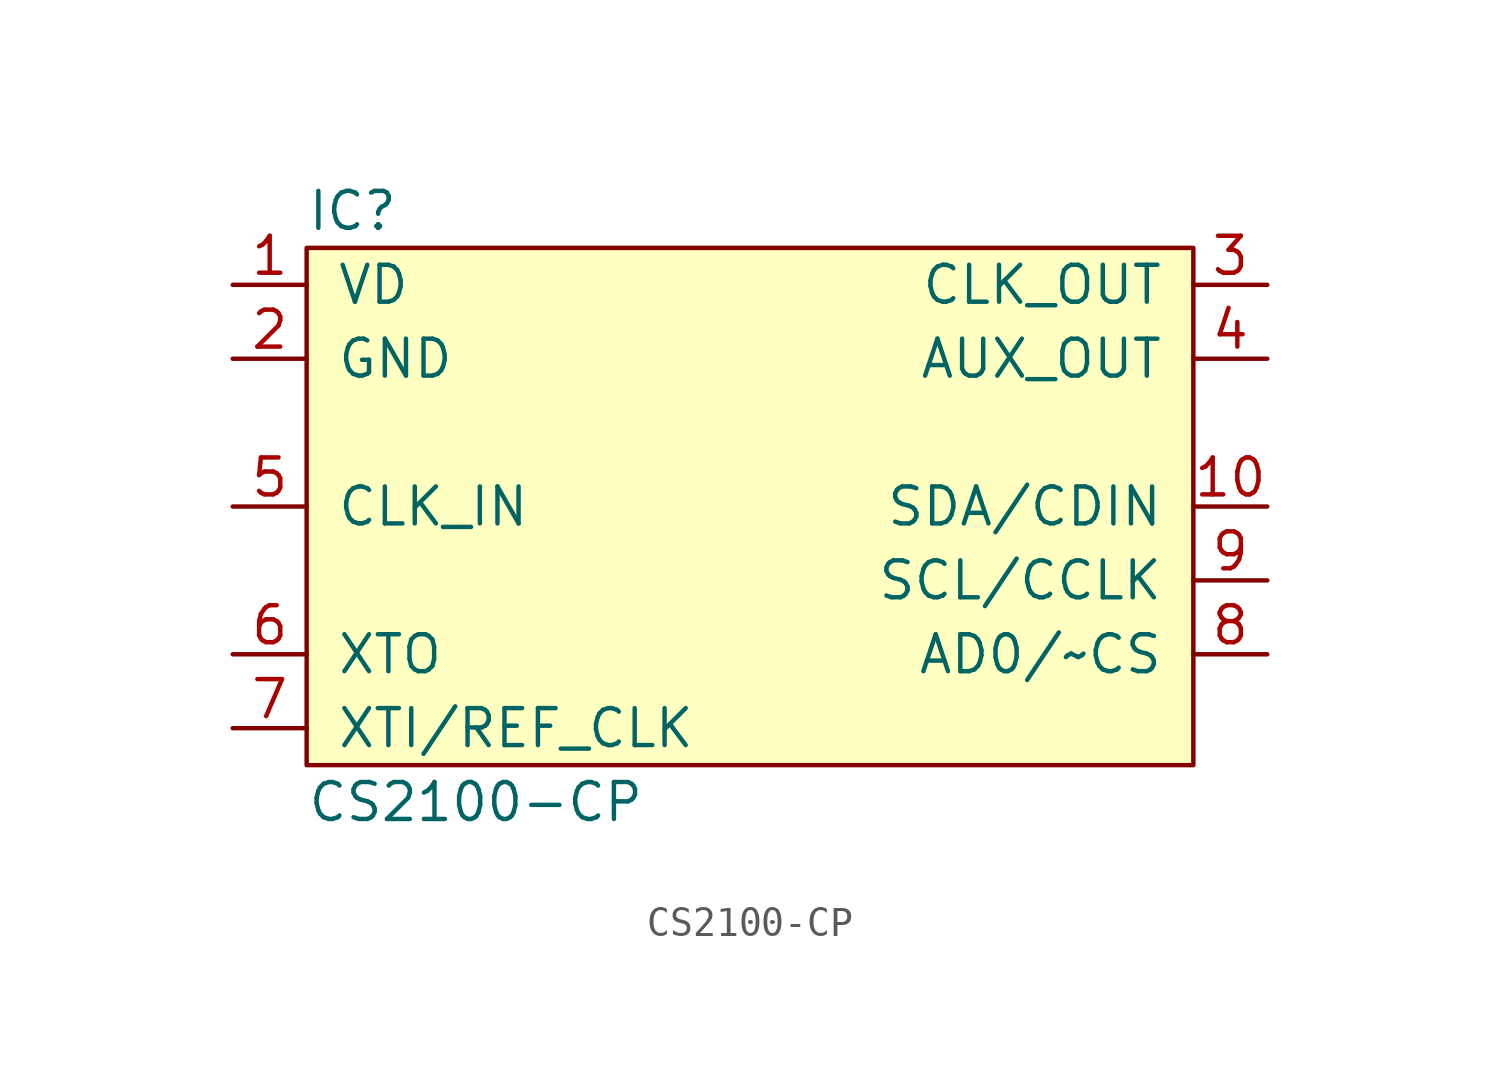
<source format=kicad_sym>
(kicad_symbol_lib
  (version 20211014)
  (generator agg_kicad.build_lib_ic)
  (symbol "CS2100-CP"
    (pin_names
      (offset 1.016))
    (property Reference IC
      (at -15.24 10.16 0)
      (effects (font (size 1.27 1.27)) (justify left)))
    (property Value "CS2100-CP"
      (at -15.24 -10.16 0)
      (effects (font (size 1.27 1.27)) (justify left)))
    (symbol "CS2100-CP_0_0"
      (rectangle (start -15.24 8.89) (end 15.24 -8.89) (stroke (width 0) (type default) (color 0 0 0 0)) (fill (type background)))
      (pin power_in line (at -17.78 7.62 0) (length 2.54) (name VD (effects (font (size 1.27 1.27)))) (number "1" (effects (font (size 1.27 1.27)))))
      (pin power_in line (at -17.78 5.08 0) (length 2.54) (name GND (effects (font (size 1.27 1.27)))) (number "2" (effects (font (size 1.27 1.27)))))
      (pin input line (at -17.78 0 0) (length 2.54) (name CLK_IN (effects (font (size 1.27 1.27)))) (number "5" (effects (font (size 1.27 1.27)))))
      (pin output line (at -17.78 -5.08 0) (length 2.54) (name XTO (effects (font (size 1.27 1.27)))) (number "6" (effects (font (size 1.27 1.27)))))
      (pin input line (at -17.78 -7.62 0) (length 2.54) (name "XTI/REF_CLK" (effects (font (size 1.27 1.27)))) (number "7" (effects (font (size 1.27 1.27)))))
      (pin output line (at 17.78 7.62 180) (length 2.54) (name CLK_OUT (effects (font (size 1.27 1.27)))) (number "3" (effects (font (size 1.27 1.27)))))
      (pin output line (at 17.78 5.08 180) (length 2.54) (name AUX_OUT (effects (font (size 1.27 1.27)))) (number "4" (effects (font (size 1.27 1.27)))))
      (pin bidirectional line (at 17.78 0 180) (length 2.54) (name "SDA/CDIN" (effects (font (size 1.27 1.27)))) (number "10" (effects (font (size 1.27 1.27)))))
      (pin input line (at 17.78 -2.54 180) (length 2.54) (name "SCL/CCLK" (effects (font (size 1.27 1.27)))) (number "9" (effects (font (size 1.27 1.27)))))
      (pin input line (at 17.78 -5.08 180) (length 2.54) (name "AD0/~CS" (effects (font (size 1.27 1.27)))) (number "8" (effects (font (size 1.27 1.27))))))))
</source>
